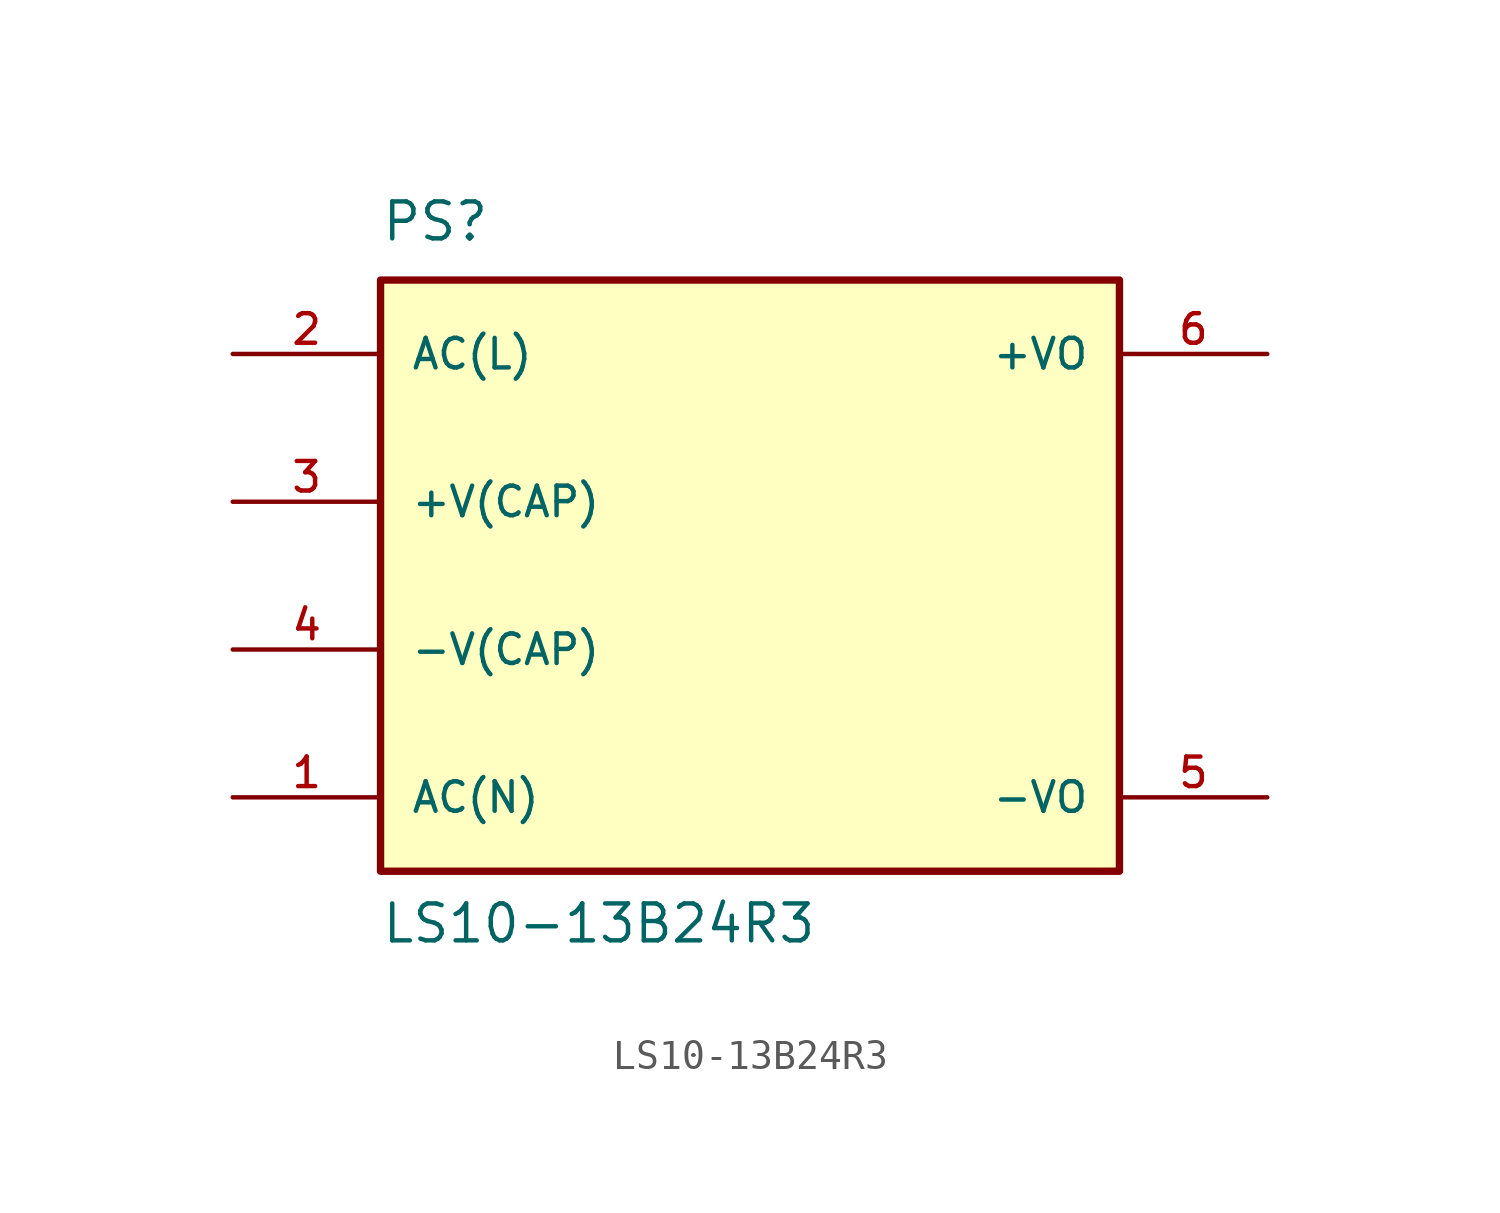
<source format=kicad_sym>
(kicad_symbol_lib
  (version 20211014)
  (generator kicad_symbol_editor)
  (symbol "LS10-13B24R3"
    (pin_names
      (offset 1.016))
    (property "Reference" "PS"
      (at -12.7 11.43 0)
      (effects (font (size 1.27 1.27)) (justify bottom left)))
    (property "Value" "LS10-13B24R3"
      (at -12.7 -12.7 0)
      (effects (font (size 1.27 1.27)) (justify bottom left)))
    (symbol "LS10-13B24R3_0_0"
      (rectangle (start -12.7 -10.16) (end 12.7 10.16) (stroke (width 0.254)) (fill (type background)))
      (pin input line (at -17.78 7.62 0) (length 5.08) (name "AC(L)" (effects (font (size 1.016 1.016)))) (number "2" (effects (font (size 1.016 1.016)))))
      (pin input line (at -17.78 -7.62 0) (length 5.08) (name "AC(N)" (effects (font (size 1.016 1.016)))) (number "1" (effects (font (size 1.016 1.016)))))
      (pin output line (at 17.78 7.62 180.0) (length 5.08) (name "+VO" (effects (font (size 1.016 1.016)))) (number "6" (effects (font (size 1.016 1.016)))))
      (pin output line (at 17.78 -7.62 180.0) (length 5.08) (name "-VO" (effects (font (size 1.016 1.016)))) (number "5" (effects (font (size 1.016 1.016)))))
      (pin passive line (at -17.78 2.54 0) (length 5.08) (name "+V(CAP)" (effects (font (size 1.016 1.016)))) (number "3" (effects (font (size 1.016 1.016)))))
      (pin passive line (at -17.78 -2.54 0) (length 5.08) (name "-V(CAP)" (effects (font (size 1.016 1.016)))) (number "4" (effects (font (size 1.016 1.016))))))))
</source>
